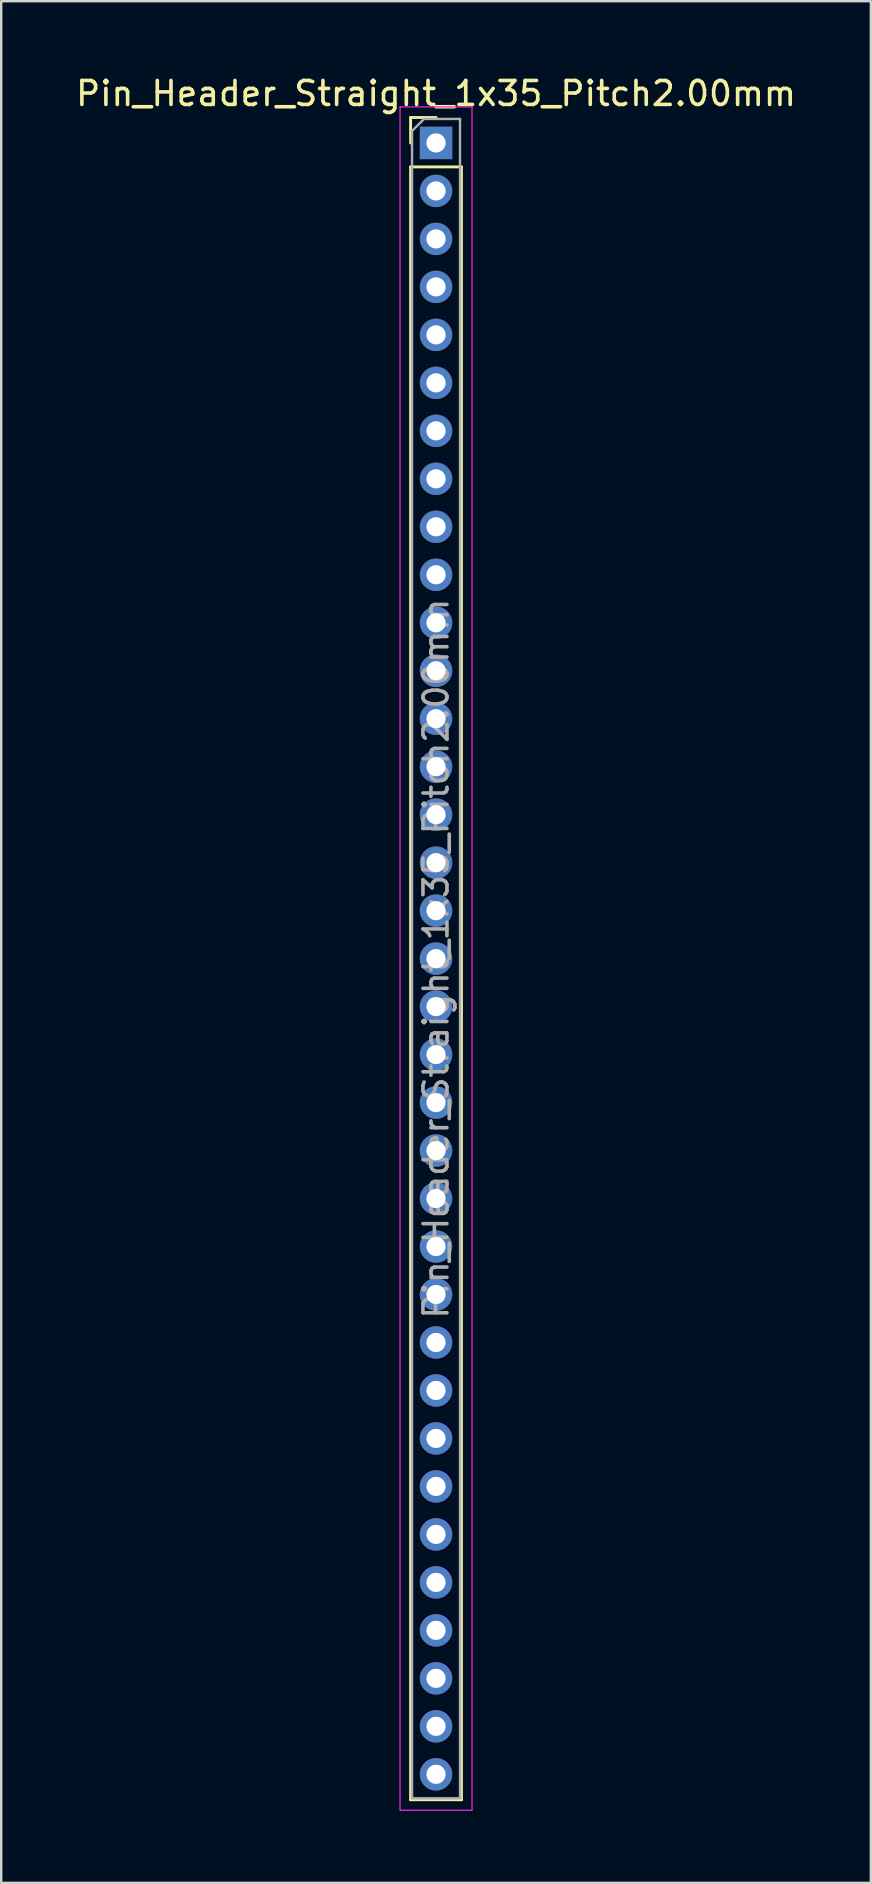
<source format=kicad_pcb>
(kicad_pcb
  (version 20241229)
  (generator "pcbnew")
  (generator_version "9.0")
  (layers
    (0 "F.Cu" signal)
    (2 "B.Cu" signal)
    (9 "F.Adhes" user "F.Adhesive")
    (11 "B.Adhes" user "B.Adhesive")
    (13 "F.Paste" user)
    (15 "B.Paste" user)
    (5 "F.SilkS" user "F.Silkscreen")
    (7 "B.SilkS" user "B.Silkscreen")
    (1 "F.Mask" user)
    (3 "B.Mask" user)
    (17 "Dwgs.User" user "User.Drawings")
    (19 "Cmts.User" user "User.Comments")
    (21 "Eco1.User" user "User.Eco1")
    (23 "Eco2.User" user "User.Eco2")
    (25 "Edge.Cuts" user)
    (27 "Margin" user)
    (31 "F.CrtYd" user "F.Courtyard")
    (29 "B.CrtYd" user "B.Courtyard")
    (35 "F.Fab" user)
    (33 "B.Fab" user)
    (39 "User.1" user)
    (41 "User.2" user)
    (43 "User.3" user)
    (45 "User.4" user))
  (footprint "Pin_Header_Straight_1x35_Pitch2.00mm"
    (layer "F.Cu")
    (at 15.125 2.908)
    (property "Reference" "Pin_Header_Straight_1x35_Pitch2.00mm" (at 0 -2.06 0) (layer "F.SilkS") (effects (font (size 1 1) (thickness 0.15))))
    (attr through_hole)
    (fp_line (start -1.06 -1.06) (end 0 -1.06) (stroke (width 0.12) (type solid)) (layer "F.SilkS"))
    (fp_line (start -1.06 0) (end -1.06 -1.06) (stroke (width 0.12) (type solid)) (layer "F.SilkS"))
    (fp_line (start -1.06 1) (end -1.06 69.06) (stroke (width 0.12) (type solid)) (layer "F.SilkS"))
    (fp_line (start -1.06 69.06) (end 1.06 69.06) (stroke (width 0.12) (type solid)) (layer "F.SilkS"))
    (fp_line (start 1.06 1) (end -1.06 1) (stroke (width 0.12) (type solid)) (layer "F.SilkS"))
    (fp_line (start 1.06 69.06) (end 1.06 1) (stroke (width 0.12) (type solid)) (layer "F.SilkS"))
    (fp_line (start -1.5 -1.5) (end -1.5 69.5) (stroke (width 0.05) (type solid)) (layer "F.CrtYd"))
    (fp_line (start -1.5 69.5) (end 1.5 69.5) (stroke (width 0.05) (type solid)) (layer "F.CrtYd"))
    (fp_line (start 1.5 -1.5) (end -1.5 -1.5) (stroke (width 0.05) (type solid)) (layer "F.CrtYd"))
    (fp_line (start 1.5 69.5) (end 1.5 -1.5) (stroke (width 0.05) (type solid)) (layer "F.CrtYd"))
    (fp_line (start -1 -0.5) (end -0.5 -1) (stroke (width 0.1) (type solid)) (layer "F.Fab"))
    (fp_line (start -1 69) (end -1 -0.5) (stroke (width 0.1) (type solid)) (layer "F.Fab"))
    (fp_line (start -0.5 -1) (end 1 -1) (stroke (width 0.1) (type solid)) (layer "F.Fab"))
    (fp_line (start 1 -1) (end 1 69) (stroke (width 0.1) (type solid)) (layer "F.Fab"))
    (fp_line (start 1 69) (end -1 69) (stroke (width 0.1) (type solid)) (layer "F.Fab"))
    (fp_text user "${REFERENCE}" (at 0 34 90) (layer "F.Fab") (effects (font (size 1 1) (thickness 0.15))))
    (pad "1" thru_hole rect (at 0 0) (size 1.35 1.35) (drill 0.8) (layers "*.Cu" "*.Mask"))
    (pad "2" thru_hole oval (at 0 2) (size 1.35 1.35) (drill 0.8) (layers "*.Cu" "*.Mask"))
    (pad "3" thru_hole oval (at 0 4) (size 1.35 1.35) (drill 0.8) (layers "*.Cu" "*.Mask"))
    (pad "4" thru_hole oval (at 0 6) (size 1.35 1.35) (drill 0.8) (layers "*.Cu" "*.Mask"))
    (pad "5" thru_hole oval (at 0 8) (size 1.35 1.35) (drill 0.8) (layers "*.Cu" "*.Mask"))
    (pad "6" thru_hole oval (at 0 10) (size 1.35 1.35) (drill 0.8) (layers "*.Cu" "*.Mask"))
    (pad "7" thru_hole oval (at 0 12) (size 1.35 1.35) (drill 0.8) (layers "*.Cu" "*.Mask"))
    (pad "8" thru_hole oval (at 0 14) (size 1.35 1.35) (drill 0.8) (layers "*.Cu" "*.Mask"))
    (pad "9" thru_hole oval (at 0 16) (size 1.35 1.35) (drill 0.8) (layers "*.Cu" "*.Mask"))
    (pad "10" thru_hole oval (at 0 18) (size 1.35 1.35) (drill 0.8) (layers "*.Cu" "*.Mask"))
    (pad "11" thru_hole oval (at 0 20) (size 1.35 1.35) (drill 0.8) (layers "*.Cu" "*.Mask"))
    (pad "12" thru_hole oval (at 0 22) (size 1.35 1.35) (drill 0.8) (layers "*.Cu" "*.Mask"))
    (pad "13" thru_hole oval (at 0 24) (size 1.35 1.35) (drill 0.8) (layers "*.Cu" "*.Mask"))
    (pad "14" thru_hole oval (at 0 26) (size 1.35 1.35) (drill 0.8) (layers "*.Cu" "*.Mask"))
    (pad "15" thru_hole oval (at 0 28) (size 1.35 1.35) (drill 0.8) (layers "*.Cu" "*.Mask"))
    (pad "16" thru_hole oval (at 0 30) (size 1.35 1.35) (drill 0.8) (layers "*.Cu" "*.Mask"))
    (pad "17" thru_hole oval (at 0 32) (size 1.35 1.35) (drill 0.8) (layers "*.Cu" "*.Mask"))
    (pad "18" thru_hole oval (at 0 34) (size 1.35 1.35) (drill 0.8) (layers "*.Cu" "*.Mask"))
    (pad "19" thru_hole oval (at 0 36) (size 1.35 1.35) (drill 0.8) (layers "*.Cu" "*.Mask"))
    (pad "20" thru_hole oval (at 0 38) (size 1.35 1.35) (drill 0.8) (layers "*.Cu" "*.Mask"))
    (pad "21" thru_hole oval (at 0 40) (size 1.35 1.35) (drill 0.8) (layers "*.Cu" "*.Mask"))
    (pad "22" thru_hole oval (at 0 42) (size 1.35 1.35) (drill 0.8) (layers "*.Cu" "*.Mask"))
    (pad "23" thru_hole oval (at 0 44) (size 1.35 1.35) (drill 0.8) (layers "*.Cu" "*.Mask"))
    (pad "24" thru_hole oval (at 0 46) (size 1.35 1.35) (drill 0.8) (layers "*.Cu" "*.Mask"))
    (pad "25" thru_hole oval (at 0 48) (size 1.35 1.35) (drill 0.8) (layers "*.Cu" "*.Mask"))
    (pad "26" thru_hole oval (at 0 50) (size 1.35 1.35) (drill 0.8) (layers "*.Cu" "*.Mask"))
    (pad "27" thru_hole oval (at 0 52) (size 1.35 1.35) (drill 0.8) (layers "*.Cu" "*.Mask"))
    (pad "28" thru_hole oval (at 0 54) (size 1.35 1.35) (drill 0.8) (layers "*.Cu" "*.Mask"))
    (pad "29" thru_hole oval (at 0 56) (size 1.35 1.35) (drill 0.8) (layers "*.Cu" "*.Mask"))
    (pad "30" thru_hole oval (at 0 58) (size 1.35 1.35) (drill 0.8) (layers "*.Cu" "*.Mask"))
    (pad "31" thru_hole oval (at 0 60) (size 1.35 1.35) (drill 0.8) (layers "*.Cu" "*.Mask"))
    (pad "32" thru_hole oval (at 0 62) (size 1.35 1.35) (drill 0.8) (layers "*.Cu" "*.Mask"))
    (pad "33" thru_hole oval (at 0 64) (size 1.35 1.35) (drill 0.8) (layers "*.Cu" "*.Mask"))
    (pad "34" thru_hole oval (at 0 66) (size 1.35 1.35) (drill 0.8) (layers "*.Cu" "*.Mask"))
    (pad "35" thru_hole oval (at 0 68) (size 1.35 1.35) (drill 0.8) (layers "*.Cu" "*.Mask")))
  (gr_rect
    (start -3 -3)
    (end 33.25 75.433)
    (stroke (width 0.1) (type default))
    (fill no)
    (layer "Edge.Cuts")))
</source>
